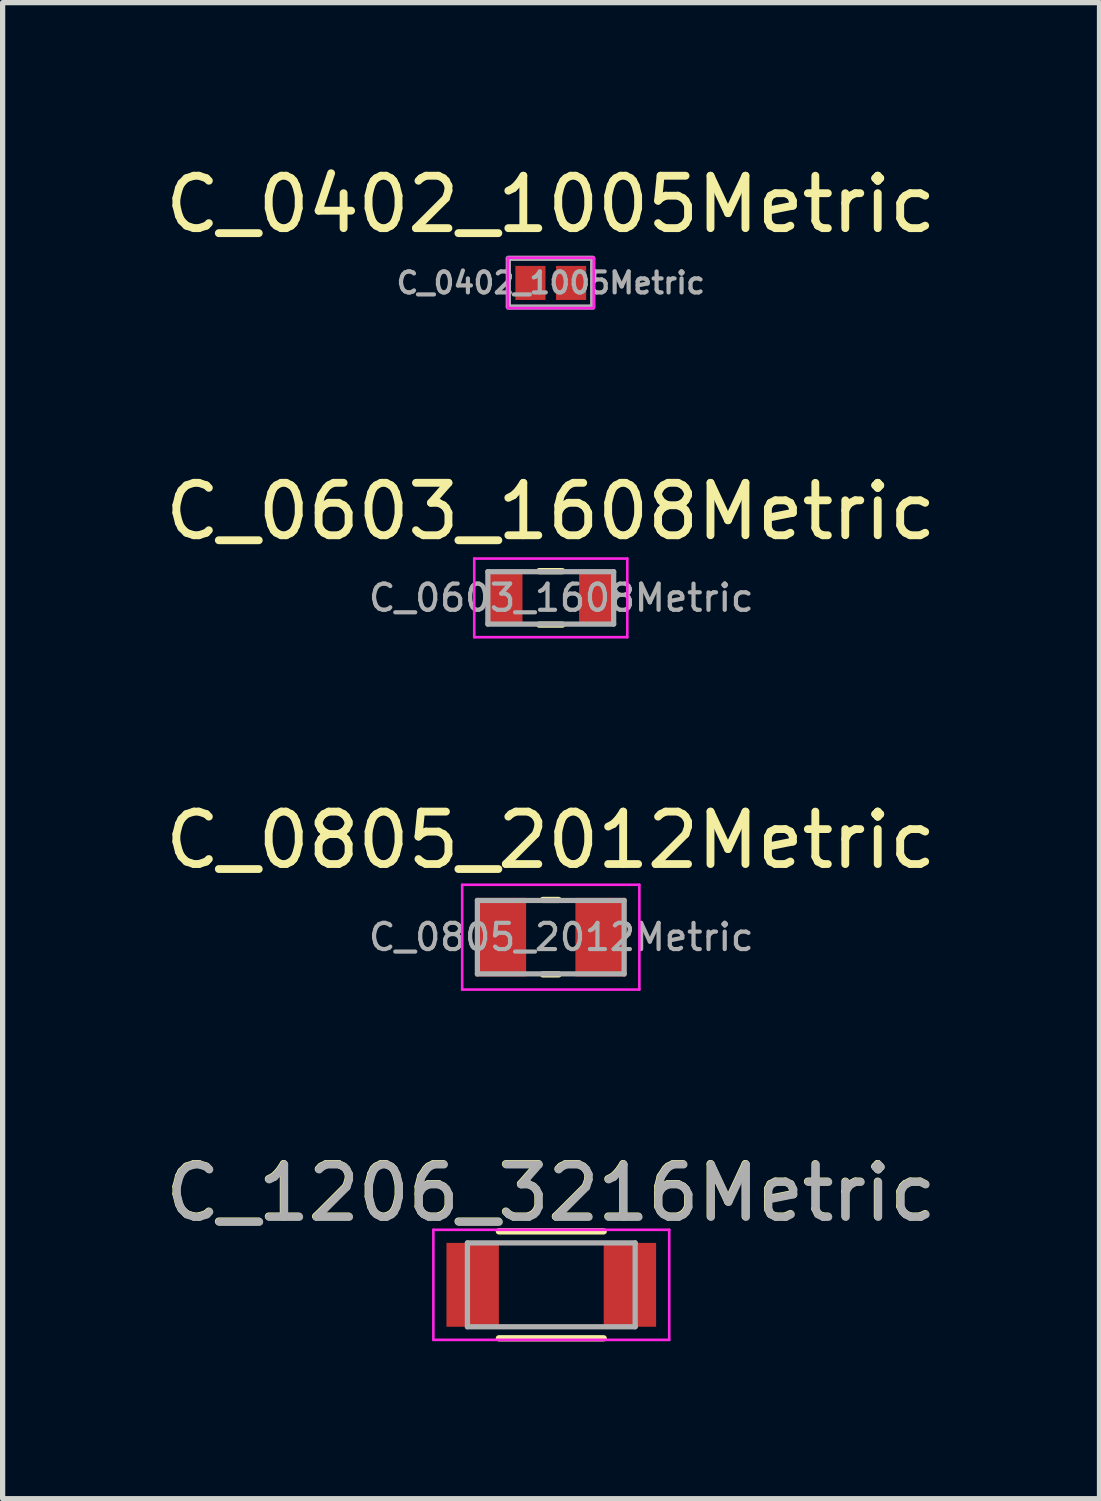
<source format=kicad_pcb>
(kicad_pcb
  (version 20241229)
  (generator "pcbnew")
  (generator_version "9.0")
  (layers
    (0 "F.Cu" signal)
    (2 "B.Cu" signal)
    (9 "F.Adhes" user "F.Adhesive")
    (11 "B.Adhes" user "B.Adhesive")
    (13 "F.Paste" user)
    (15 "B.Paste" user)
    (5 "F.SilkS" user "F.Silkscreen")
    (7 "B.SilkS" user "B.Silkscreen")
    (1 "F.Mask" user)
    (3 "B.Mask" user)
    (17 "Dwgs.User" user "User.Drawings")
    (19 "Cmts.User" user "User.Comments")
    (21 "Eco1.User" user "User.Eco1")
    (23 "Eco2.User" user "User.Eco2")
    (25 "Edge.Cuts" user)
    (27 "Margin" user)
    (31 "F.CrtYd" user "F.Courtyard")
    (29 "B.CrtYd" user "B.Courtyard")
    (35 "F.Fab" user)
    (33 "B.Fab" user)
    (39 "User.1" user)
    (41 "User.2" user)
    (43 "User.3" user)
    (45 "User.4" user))
  (footprint "C_0603_1608Metric"
    (layer "F.Cu")
    (at 7.458 8.357)
    (property "Reference" "C_0603_1608Metric" (at 0 -1.65 0) (layer "F.SilkS") (effects (font (size 1 1) (thickness 0.15))))
    (attr smd)
    (fp_line (start -0.22 -0.51) (end 0.22 -0.51) (stroke (width 0.12) (type solid)) (layer "F.SilkS"))
    (fp_line (start -0.22 0.51) (end 0.22 0.51) (stroke (width 0.12) (type solid)) (layer "F.SilkS"))
    (fp_line (start -1.46 -0.75) (end 1.46 -0.75) (stroke (width 0.05) (type solid)) (layer "F.CrtYd"))
    (fp_line (start -1.46 0.75) (end -1.46 -0.75) (stroke (width 0.05) (type solid)) (layer "F.CrtYd"))
    (fp_line (start 1.46 -0.75) (end 1.46 0.75) (stroke (width 0.05) (type solid)) (layer "F.CrtYd"))
    (fp_line (start 1.46 0.75) (end -1.46 0.75) (stroke (width 0.05) (type solid)) (layer "F.CrtYd"))
    (fp_line (start -1.2 -0.5) (end 1.2 -0.5) (stroke (width 0.1) (type solid)) (layer "F.Fab"))
    (fp_line (start -1.2 0.5) (end -1.2 -0.5) (stroke (width 0.1) (type solid)) (layer "F.Fab"))
    (fp_line (start 1.2 -0.5) (end 1.2 0.5) (stroke (width 0.1) (type solid)) (layer "F.Fab"))
    (fp_line (start 1.2 0.5) (end -1.2 0.5) (stroke (width 0.1) (type solid)) (layer "F.Fab"))
    (fp_text user "${REFERENCE}" (at 0.2 0 0) (layer "F.Fab") (effects (font (size 0.5 0.5) (thickness 0.08))))
    (pad "1" smd rect (at -0.875 0) (size 0.67 1) (layers "F.Cu" "F.Mask" "F.Paste"))
    (pad "2" smd rect (at 0.875 0) (size 0.67 1) (layers "F.Cu" "F.Mask" "F.Paste")))
  (footprint "C_0402_1005Metric"
    (layer "F.Cu")
    (at 7.458 2.348)
    (property "Reference" "C_0402_1005Metric" (at 0 -1.5 0) (layer "F.SilkS") (effects (font (size 1 1) (thickness 0.15))))
    (attr smd)
    (fp_line (start -0.82 -0.48) (end 0.82 -0.48) (stroke (width 0.05) (type solid)) (layer "F.CrtYd"))
    (fp_line (start -0.82 0.48) (end -0.82 -0.48) (stroke (width 0.05) (type solid)) (layer "F.CrtYd"))
    (fp_line (start 0.82 -0.48) (end 0.82 0.48) (stroke (width 0.05) (type solid)) (layer "F.CrtYd"))
    (fp_line (start 0.82 0.48) (end -0.82 0.48) (stroke (width 0.05) (type solid)) (layer "F.CrtYd"))
    (fp_line (start -0.81 -0.46) (end -0.81 0.44) (stroke (width 0.1) (type solid)) (layer "F.Fab"))
    (fp_line (start 0.8 -0.47) (end -0.81 -0.47) (stroke (width 0.1) (type solid)) (layer "F.Fab"))
    (fp_line (start 0.8 -0.46) (end 0.8 0.44) (stroke (width 0.1) (type solid)) (layer "F.Fab"))
    (fp_line (start 0.8 0.46) (end -0.81 0.46) (stroke (width 0.1) (type solid)) (layer "F.Fab"))
    (fp_text user "${REFERENCE}" (at 0 0 0) (layer "F.Fab") (effects (font (size 0.4 0.4) (thickness 0.08))))
    (pad "1" smd rect (at -0.388 0) (size 0.575 0.65) (layers "F.Cu" "F.Mask" "F.Paste"))
    (pad "2" smd rect (at 0.388 0) (size 0.575 0.65) (layers "F.Cu" "F.Mask" "F.Paste")))
  (footprint "C_0805_2012Metric"
    (layer "F.Cu")
    (at 7.458 14.83)
    (property "Reference" "C_0805_2012Metric" (at 0 -1.85 0) (layer "F.SilkS") (effects (font (size 1 1) (thickness 0.15))))
    (attr smd)
    (fp_line (start -0.15 -0.71) (end 0.15 -0.71) (stroke (width 0.12) (type solid)) (layer "F.SilkS"))
    (fp_line (start -0.15 0.71) (end 0.15 0.71) (stroke (width 0.12) (type solid)) (layer "F.SilkS"))
    (fp_line (start -1.69 -1) (end 1.69 -1) (stroke (width 0.05) (type solid)) (layer "F.CrtYd"))
    (fp_line (start -1.69 1) (end -1.69 -1) (stroke (width 0.05) (type solid)) (layer "F.CrtYd"))
    (fp_line (start 1.69 -1) (end 1.69 1) (stroke (width 0.05) (type solid)) (layer "F.CrtYd"))
    (fp_line (start 1.69 1) (end -1.69 1) (stroke (width 0.05) (type solid)) (layer "F.CrtYd"))
    (fp_line (start -1.4 -0.7) (end 1.4 -0.7) (stroke (width 0.1) (type solid)) (layer "F.Fab"))
    (fp_line (start -1.4 0.7) (end -1.4 -0.7) (stroke (width 0.1) (type solid)) (layer "F.Fab"))
    (fp_line (start 1.4 -0.7) (end 1.4 0.7) (stroke (width 0.1) (type solid)) (layer "F.Fab"))
    (fp_line (start 1.4 0.7) (end -1.4 0.7) (stroke (width 0.1) (type solid)) (layer "F.Fab"))
    (fp_text user "${REFERENCE}" (at 0.2 0 0) (layer "F.Fab") (effects (font (size 0.5 0.5) (thickness 0.08))))
    (pad "1" smd rect (at -0.955 0) (size 0.97 1.5) (layers "F.Cu" "F.Mask" "F.Paste"))
    (pad "2" smd rect (at 0.955 0) (size 0.97 1.5) (layers "F.Cu" "F.Mask" "F.Paste")))
  (footprint "C_1206_3216Metric"
    (layer "F.Cu")
    (at 7.468 21.463)
    (property "Reference" "C_1206_3216Metric" (at -0.01 -1.76 0) (layer "F.SilkS") (effects (font (size 1 1) (thickness 0.15))))
    (attr smd)
    (fp_line (start -1 1.02) (end 1 1.02) (stroke (width 0.12) (type solid)) (layer "F.SilkS"))
    (fp_line (start 1 -1.02) (end -1 -1.02) (stroke (width 0.12) (type solid)) (layer "F.SilkS"))
    (fp_line (start -2.25 -1.05) (end -2.25 1.05) (stroke (width 0.05) (type solid)) (layer "F.CrtYd"))
    (fp_line (start -2.25 -1.05) (end 2.25 -1.05) (stroke (width 0.05) (type solid)) (layer "F.CrtYd"))
    (fp_line (start 2.25 1.05) (end -2.25 1.05) (stroke (width 0.05) (type solid)) (layer "F.CrtYd"))
    (fp_line (start 2.25 1.05) (end 2.25 -1.05) (stroke (width 0.05) (type solid)) (layer "F.CrtYd"))
    (fp_line (start -1.6 -0.8) (end 1.6 -0.8) (stroke (width 0.1) (type solid)) (layer "F.Fab"))
    (fp_line (start -1.6 0.8) (end -1.6 -0.8) (stroke (width 0.1) (type solid)) (layer "F.Fab"))
    (fp_line (start 1.6 -0.8) (end 1.6 0.8) (stroke (width 0.1) (type solid)) (layer "F.Fab"))
    (fp_line (start 1.6 0.8) (end -1.6 0.8) (stroke (width 0.1) (type solid)) (layer "F.Fab"))
    (fp_text user "${REFERENCE}" (at 0 -1.75 0) (layer "F.Fab") (effects (font (size 1 1) (thickness 0.15))))
    (pad "1" smd rect (at -1.5 0) (size 1 1.6) (layers "F.Cu" "F.Mask" "F.Paste"))
    (pad "2" smd rect (at 1.5 0) (size 1 1.6) (layers "F.Cu" "F.Mask" "F.Paste")))
  (gr_rect
    (start -3 -3)
    (end 17.927 25.543)
    (stroke (width 0.1) (type default))
    (fill no)
    (layer "Edge.Cuts")))
</source>
